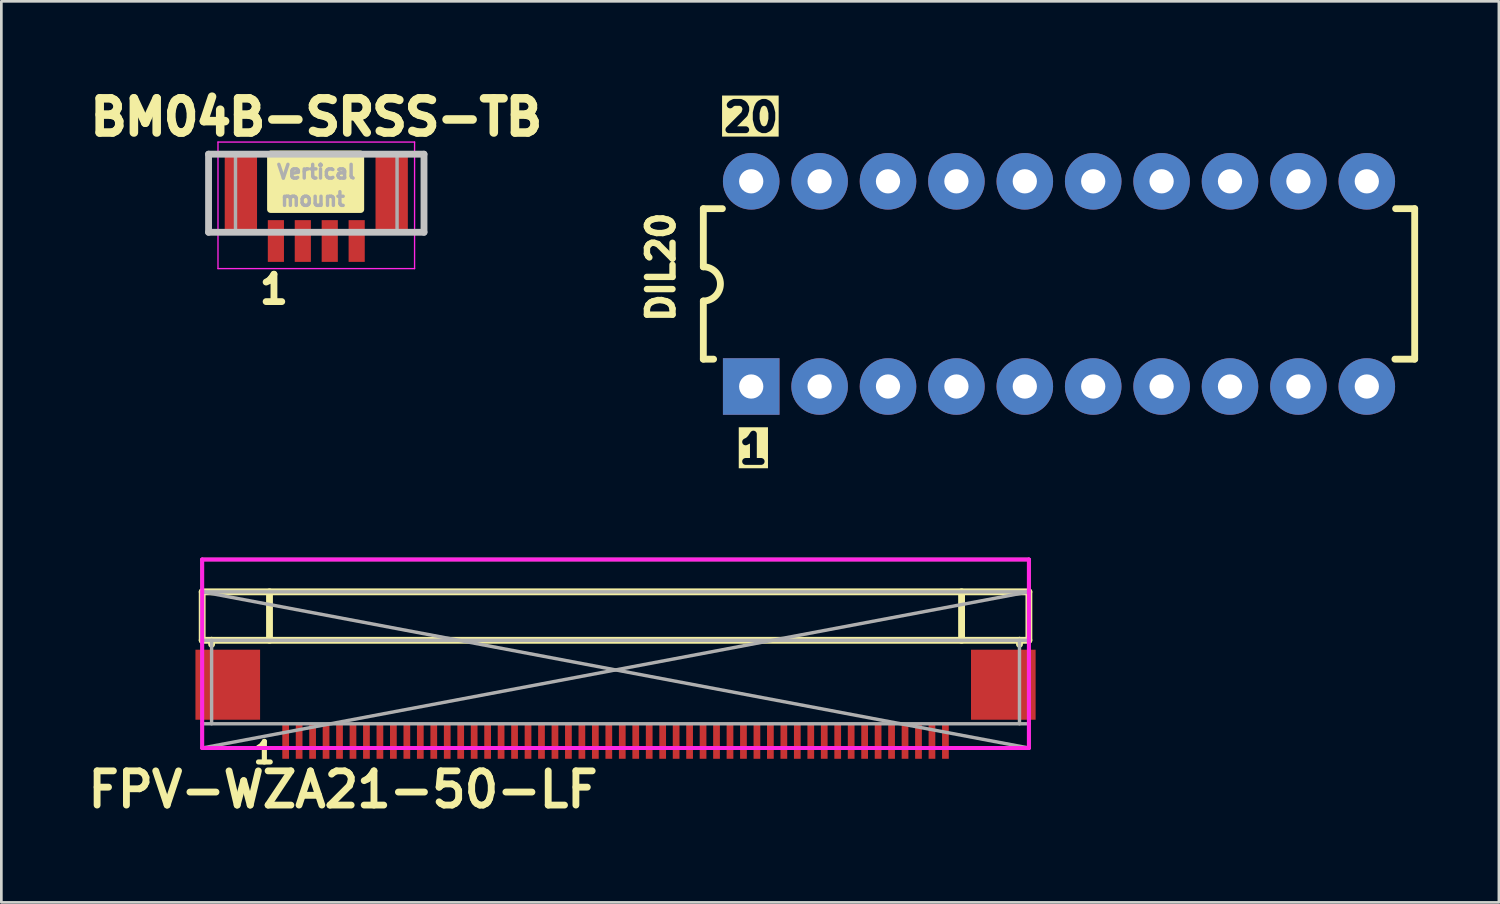
<source format=kicad_pcb>
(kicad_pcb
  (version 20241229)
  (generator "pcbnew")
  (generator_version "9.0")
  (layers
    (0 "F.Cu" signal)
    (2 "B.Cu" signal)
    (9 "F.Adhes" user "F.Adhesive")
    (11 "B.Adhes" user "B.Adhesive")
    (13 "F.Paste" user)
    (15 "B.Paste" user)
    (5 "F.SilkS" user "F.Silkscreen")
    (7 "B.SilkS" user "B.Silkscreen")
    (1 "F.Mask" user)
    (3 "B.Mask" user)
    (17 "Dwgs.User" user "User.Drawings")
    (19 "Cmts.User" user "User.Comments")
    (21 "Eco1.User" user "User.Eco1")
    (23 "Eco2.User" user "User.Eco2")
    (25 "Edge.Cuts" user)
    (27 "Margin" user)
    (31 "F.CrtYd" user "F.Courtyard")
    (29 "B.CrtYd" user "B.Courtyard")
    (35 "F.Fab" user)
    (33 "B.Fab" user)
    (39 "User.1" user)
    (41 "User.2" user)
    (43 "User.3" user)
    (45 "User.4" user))
  (footprint "FPV-WZA21-50-LF"
    (layer "F.Cu")
    (at 19.808 21.827)
    (property "Reference" "FPV-WZA21-50-LF" (at -10.12 4.445 0) (layer "F.SilkS") (effects (font (size 1.27 1.27) (thickness 0.254))))
    (attr smd)
    (fp_line (start -15.35 -4.1) (end 15.35 -4.1) (stroke (width 0.127) (type solid)) (layer "F.SilkS"))
    (fp_line (start -15.35 -2.9) (end -15.35 -4.1) (stroke (width 0.127) (type solid)) (layer "F.SilkS"))
    (fp_line (start -15.35 -2.9) (end -15.35 -1.1) (stroke (width 0.254) (type solid)) (layer "F.SilkS"))
    (fp_line (start -15.35 -2.9) (end 15.35 -2.9) (stroke (width 0.254) (type solid)) (layer "F.SilkS"))
    (fp_line (start -15.35 -1.1) (end -15 -1.1) (stroke (width 0.254) (type solid)) (layer "F.SilkS"))
    (fp_line (start -15 -1.1) (end -15 -0.95) (stroke (width 0.254) (type solid)) (layer "F.SilkS"))
    (fp_line (start -15 -1.1) (end 15 -1.1) (stroke (width 0.254) (type solid)) (layer "F.SilkS"))
    (fp_line (start -12.85 -2.9) (end -12.85 -1.1) (stroke (width 0.254) (type solid)) (layer "F.SilkS"))
    (fp_line (start 12.85 -2.9) (end 12.85 -1.1) (stroke (width 0.254) (type solid)) (layer "F.SilkS"))
    (fp_line (start 15 -1.1) (end 15 -0.95) (stroke (width 0.254) (type solid)) (layer "F.SilkS"))
    (fp_line (start 15.35 -4.1) (end 15.35 -2.9) (stroke (width 0.127) (type solid)) (layer "F.SilkS"))
    (fp_line (start 15.35 -2.9) (end 15.35 -1.1) (stroke (width 0.254) (type solid)) (layer "F.SilkS"))
    (fp_line (start 15.35 -1.1) (end 15 -1.1) (stroke (width 0.254) (type solid)) (layer "F.SilkS"))
    (fp_line (start -15.35 -4.1) (end 15.35 -4.1) (stroke (width 0.15) (type solid)) (layer "F.CrtYd"))
    (fp_line (start -15.35 2.9) (end -15.35 -4.1) (stroke (width 0.15) (type solid)) (layer "F.CrtYd"))
    (fp_line (start -15.35 2.9) (end 15.35 2.9) (stroke (width 0.15) (type solid)) (layer "F.CrtYd"))
    (fp_line (start 15.35 -4.1) (end 15.35 2.9) (stroke (width 0.15) (type solid)) (layer "F.CrtYd"))
    (fp_line (start -15.35 -2.9) (end 15.35 -2.9) (stroke (width 0.127) (type solid)) (layer "F.Fab"))
    (fp_line (start -15.35 -2.9) (end 15.35 2.9) (stroke (width 0.127) (type solid)) (layer "F.Fab"))
    (fp_line (start -15.35 -1.1) (end 15.35 -1.1) (stroke (width 0.127) (type solid)) (layer "F.Fab"))
    (fp_line (start -15.35 2) (end 15.35 2) (stroke (width 0.127) (type solid)) (layer "F.Fab"))
    (fp_line (start -15.35 2.9) (end -15.35 -2.9) (stroke (width 0.127) (type solid)) (layer "F.Fab"))
    (fp_line (start -15 -1.1) (end -15 2) (stroke (width 0.127) (type solid)) (layer "F.Fab"))
    (fp_line (start 15 -1.1) (end 15 2) (stroke (width 0.127) (type solid)) (layer "F.Fab"))
    (fp_line (start 15.35 -2.9) (end -15.35 2.9) (stroke (width 0.127) (type solid)) (layer "F.Fab"))
    (fp_line (start 15.35 -2.9) (end 15.35 2.9) (stroke (width 0.127) (type solid)) (layer "F.Fab"))
    (fp_line (start 15.35 2.9) (end -15.35 2.9) (stroke (width 0.127) (type solid)) (layer "F.Fab"))
    (fp_text user "1" (at -13.041 3.075 0) (layer "F.SilkS") (effects (font (size 0.762 0.762) (thickness 0.191))))
    (pad "0" smd rect (at -14.4 0.55 180) (size 2.4 2.6) (layers "F.Cu" "F.Mask" "F.Paste"))
    (pad "0" smd rect (at 14.4 0.55 180) (size 2.4 2.6) (layers "F.Cu" "F.Mask" "F.Paste"))
    (pad "1" smd rect (at -12.25 2.65 180) (size 0.25 1.3) (layers "F.Cu" "F.Mask" "F.Paste"))
    (pad "2" smd rect (at -11.75 2.65 180) (size 0.25 1.3) (layers "F.Cu" "F.Mask" "F.Paste"))
    (pad "3" smd rect (at -11.25 2.65 180) (size 0.25 1.3) (layers "F.Cu" "F.Mask" "F.Paste"))
    (pad "4" smd rect (at -10.75 2.65 180) (size 0.25 1.3) (layers "F.Cu" "F.Mask" "F.Paste"))
    (pad "5" smd rect (at -10.25 2.65 180) (size 0.25 1.3) (layers "F.Cu" "F.Mask" "F.Paste"))
    (pad "6" smd rect (at -9.75 2.65 180) (size 0.25 1.3) (layers "F.Cu" "F.Mask" "F.Paste"))
    (pad "7" smd rect (at -9.25 2.65 180) (size 0.25 1.3) (layers "F.Cu" "F.Mask" "F.Paste"))
    (pad "8" smd rect (at -8.75 2.65 180) (size 0.25 1.3) (layers "F.Cu" "F.Mask" "F.Paste"))
    (pad "9" smd rect (at -8.25 2.65 180) (size 0.25 1.3) (layers "F.Cu" "F.Mask" "F.Paste"))
    (pad "10" smd rect (at -7.75 2.65 180) (size 0.25 1.3) (layers "F.Cu" "F.Mask" "F.Paste"))
    (pad "11" smd rect (at -7.25 2.65 180) (size 0.25 1.3) (layers "F.Cu" "F.Mask" "F.Paste"))
    (pad "12" smd rect (at -6.75 2.65 180) (size 0.25 1.3) (layers "F.Cu" "F.Mask" "F.Paste"))
    (pad "13" smd rect (at -6.25 2.65 180) (size 0.25 1.3) (layers "F.Cu" "F.Mask" "F.Paste"))
    (pad "14" smd rect (at -5.75 2.65 180) (size 0.25 1.3) (layers "F.Cu" "F.Mask" "F.Paste"))
    (pad "15" smd rect (at -5.25 2.65 180) (size 0.25 1.3) (layers "F.Cu" "F.Mask" "F.Paste"))
    (pad "16" smd rect (at -4.75 2.65 180) (size 0.25 1.3) (layers "F.Cu" "F.Mask" "F.Paste"))
    (pad "17" smd rect (at -4.25 2.65 180) (size 0.25 1.3) (layers "F.Cu" "F.Mask" "F.Paste"))
    (pad "18" smd rect (at -3.75 2.65 180) (size 0.25 1.3) (layers "F.Cu" "F.Mask" "F.Paste"))
    (pad "19" smd rect (at -3.25 2.65 180) (size 0.25 1.3) (layers "F.Cu" "F.Mask" "F.Paste"))
    (pad "20" smd rect (at -2.75 2.65 180) (size 0.25 1.3) (layers "F.Cu" "F.Mask" "F.Paste"))
    (pad "21" smd rect (at -2.25 2.65 180) (size 0.25 1.3) (layers "F.Cu" "F.Mask" "F.Paste"))
    (pad "22" smd rect (at -1.75 2.65 180) (size 0.25 1.3) (layers "F.Cu" "F.Mask" "F.Paste"))
    (pad "23" smd rect (at -1.25 2.65 180) (size 0.25 1.3) (layers "F.Cu" "F.Mask" "F.Paste"))
    (pad "24" smd rect (at -0.75 2.65 180) (size 0.25 1.3) (layers "F.Cu" "F.Mask" "F.Paste"))
    (pad "25" smd rect (at -0.25 2.65 180) (size 0.25 1.3) (layers "F.Cu" "F.Mask" "F.Paste"))
    (pad "26" smd rect (at 0.25 2.65 180) (size 0.25 1.3) (layers "F.Cu" "F.Mask" "F.Paste"))
    (pad "27" smd rect (at 0.75 2.65 180) (size 0.25 1.3) (layers "F.Cu" "F.Mask" "F.Paste"))
    (pad "28" smd rect (at 1.25 2.65 180) (size 0.25 1.3) (layers "F.Cu" "F.Mask" "F.Paste"))
    (pad "29" smd rect (at 1.75 2.65 180) (size 0.25 1.3) (layers "F.Cu" "F.Mask" "F.Paste"))
    (pad "30" smd rect (at 2.25 2.65 180) (size 0.25 1.3) (layers "F.Cu" "F.Mask" "F.Paste"))
    (pad "31" smd rect (at 2.75 2.65 180) (size 0.25 1.3) (layers "F.Cu" "F.Mask" "F.Paste"))
    (pad "32" smd rect (at 3.25 2.65 180) (size 0.25 1.3) (layers "F.Cu" "F.Mask" "F.Paste"))
    (pad "33" smd rect (at 3.75 2.65 180) (size 0.25 1.3) (layers "F.Cu" "F.Mask" "F.Paste"))
    (pad "34" smd rect (at 4.25 2.65 180) (size 0.25 1.3) (layers "F.Cu" "F.Mask" "F.Paste"))
    (pad "35" smd rect (at 4.75 2.65 180) (size 0.25 1.3) (layers "F.Cu" "F.Mask" "F.Paste"))
    (pad "36" smd rect (at 5.25 2.65 180) (size 0.25 1.3) (layers "F.Cu" "F.Mask" "F.Paste"))
    (pad "37" smd rect (at 5.75 2.65 180) (size 0.25 1.3) (layers "F.Cu" "F.Mask" "F.Paste"))
    (pad "38" smd rect (at 6.25 2.65 180) (size 0.25 1.3) (layers "F.Cu" "F.Mask" "F.Paste"))
    (pad "39" smd rect (at 6.75 2.65 180) (size 0.25 1.3) (layers "F.Cu" "F.Mask" "F.Paste"))
    (pad "40" smd rect (at 7.25 2.65 180) (size 0.25 1.3) (layers "F.Cu" "F.Mask" "F.Paste"))
    (pad "41" smd rect (at 7.75 2.65 180) (size 0.25 1.3) (layers "F.Cu" "F.Mask" "F.Paste"))
    (pad "42" smd rect (at 8.25 2.65 180) (size 0.25 1.3) (layers "F.Cu" "F.Mask" "F.Paste"))
    (pad "43" smd rect (at 8.75 2.65 180) (size 0.25 1.3) (layers "F.Cu" "F.Mask" "F.Paste"))
    (pad "44" smd rect (at 9.25 2.65 180) (size 0.25 1.3) (layers "F.Cu" "F.Mask" "F.Paste"))
    (pad "45" smd rect (at 9.75 2.65 180) (size 0.25 1.3) (layers "F.Cu" "F.Mask" "F.Paste"))
    (pad "46" smd rect (at 10.25 2.65 180) (size 0.25 1.3) (layers "F.Cu" "F.Mask" "F.Paste"))
    (pad "47" smd rect (at 10.75 2.65 180) (size 0.25 1.3) (layers "F.Cu" "F.Mask" "F.Paste"))
    (pad "48" smd rect (at 11.25 2.65 180) (size 0.25 1.3) (layers "F.Cu" "F.Mask" "F.Paste"))
    (pad "49" smd rect (at 11.75 2.65 180) (size 0.25 1.3) (layers "F.Cu" "F.Mask" "F.Paste"))
    (pad "50" smd rect (at 12.25 2.65 180) (size 0.25 1.3) (layers "F.Cu" "F.Mask" "F.Paste")))
  (footprint "DIL20"
    (layer "F.Cu")
    (at 36.276 7.493)
    (property "Reference" "DIL20" (at -14.224 1.524 270) (layer "F.SilkS") (effects (font (size 0.95 0.95) (thickness 0.237)) (justify left bottom)))
    (fp_line (start -13.208 -2.794) (end -13.208 -0.635) (stroke (width 0.254) (type solid)) (layer "F.SilkS"))
    (fp_line (start -13.208 -2.794) (end -12.5 -2.794) (stroke (width 0.254) (type solid)) (layer "F.SilkS"))
    (fp_line (start -13.208 0.635) (end -13.208 2.794) (stroke (width 0.254) (type solid)) (layer "F.SilkS"))
    (fp_line (start -13.208 2.794) (end -12.827 2.794) (stroke (width 0.254) (type solid)) (layer "F.SilkS"))
    (fp_line (start 12.473 2.794) (end 13.208 2.794) (stroke (width 0.254) (type solid)) (layer "F.SilkS"))
    (fp_line (start 12.5 -2.794) (end 13.208 -2.794) (stroke (width 0.254) (type solid)) (layer "F.SilkS"))
    (fp_line (start 13.208 2.794) (end 13.208 -2.794) (stroke (width 0.254) (type solid)) (layer "F.SilkS"))
    (fp_arc (start -13.208 -0.635) (mid -12.573 0) (end -13.208 0.635) (stroke (width 0.254) (type solid)) (layer "F.SilkS"))
    (fp_text user "1" (at -12 6.73 0) (unlocked yes) (layer "F.SilkS" knockout) (effects (font (size 1.016 1.016) (thickness 0.254) (bold yes)) (justify left bottom)))
    (fp_text user "20" (at -12.573 -5.588 0) (unlocked yes) (layer "F.SilkS" knockout) (effects (font (size 1.016 1.016) (thickness 0.254) (bold yes)) (justify left bottom)))
    (pad "1" thru_hole rect (at -11.43 3.81) (size 2.1 2.1) (drill 0.9) (layers "*.Cu" "*.Mask"))
    (pad "2" thru_hole circle (at -8.89 3.81) (size 2.1 2.1) (drill 0.9) (layers "*.Cu" "*.Mask"))
    (pad "3" thru_hole circle (at -6.35 3.81) (size 2.1 2.1) (drill 0.9) (layers "*.Cu" "*.Mask"))
    (pad "4" thru_hole circle (at -3.81 3.81) (size 2.1 2.1) (drill 0.9) (layers "*.Cu" "*.Mask"))
    (pad "5" thru_hole circle (at -1.27 3.81) (size 2.1 2.1) (drill 0.9) (layers "*.Cu" "*.Mask"))
    (pad "6" thru_hole circle (at 1.27 3.81) (size 2.1 2.1) (drill 0.9) (layers "*.Cu" "*.Mask"))
    (pad "7" thru_hole circle (at 3.81 3.81) (size 2.1 2.1) (drill 0.9) (layers "*.Cu" "*.Mask"))
    (pad "8" thru_hole circle (at 6.35 3.81) (size 2.1 2.1) (drill 0.9) (layers "*.Cu" "*.Mask"))
    (pad "9" thru_hole circle (at 8.89 3.81) (size 2.1 2.1) (drill 0.9) (layers "*.Cu" "*.Mask"))
    (pad "10" thru_hole circle (at 11.43 3.81) (size 2.1 2.1) (drill 0.9) (layers "*.Cu" "*.Mask"))
    (pad "11" thru_hole circle (at 11.43 -3.81) (size 2.1 2.1) (drill 0.9) (layers "*.Cu" "*.Mask"))
    (pad "12" thru_hole circle (at 8.89 -3.81) (size 2.1 2.1) (drill 0.9) (layers "*.Cu" "*.Mask"))
    (pad "13" thru_hole circle (at 6.35 -3.81) (size 2.1 2.1) (drill 0.9) (layers "*.Cu" "*.Mask"))
    (pad "14" thru_hole circle (at 3.81 -3.81) (size 2.1 2.1) (drill 0.9) (layers "*.Cu" "*.Mask"))
    (pad "15" thru_hole circle (at 1.27 -3.81) (size 2.1 2.1) (drill 0.9) (layers "*.Cu" "*.Mask"))
    (pad "16" thru_hole circle (at -1.27 -3.81) (size 2.1 2.1) (drill 0.9) (layers "*.Cu" "*.Mask"))
    (pad "17" thru_hole circle (at -3.81 -3.81) (size 2.1 2.1) (drill 0.9) (layers "*.Cu" "*.Mask"))
    (pad "18" thru_hole circle (at -6.35 -3.81) (size 2.1 2.1) (drill 0.9) (layers "*.Cu" "*.Mask"))
    (pad "19" thru_hole circle (at -8.89 -3.81) (size 2.1 2.1) (drill 0.9) (layers "*.Cu" "*.Mask"))
    (pad "20" thru_hole circle (at -11.43 -3.81) (size 2.1 2.1) (drill 0.9) (layers "*.Cu" "*.Mask")))
  (footprint "BM04B-SRSS-TB"
    (layer "F.Cu")
    (at 8.695 4.475)
    (property "Reference" "BM04B-SRSS-TB" (at 0 -3.175 0) (layer "F.SilkS") (effects (font (size 1.27 1.27) (thickness 0.318) (bold yes))))
    (attr smd)
    (fp_line (start -1.699 -1.8) (end 1.651 -1.8) (stroke (width 0.254) (type solid)) (layer "F.SilkS"))
    (fp_poly (pts (xy -1.699 -1.8) (xy -1.699 0.254) (xy 1.651 0.254) (xy 1.651 -1.8)) (stroke (width 0.254) (type solid)) (fill yes) (layer "F.SilkS"))
    (fp_line (start -4 -1.8) (end -4 1.1) (stroke (width 0.254) (type solid)) (layer "Dwgs.User"))
    (fp_line (start -4 1.1) (end 4 1.1) (stroke (width 0.254) (type solid)) (layer "Dwgs.User"))
    (fp_line (start 4 -1.8) (end -4 -1.8) (stroke (width 0.254) (type solid)) (layer "Dwgs.User"))
    (fp_line (start 4 1.1) (end 4 -1.8) (stroke (width 0.254) (type solid)) (layer "Dwgs.User"))
    (fp_line (start -3.65 -2.25) (end -3.65 2.45) (stroke (width 0.05) (type solid)) (layer "F.CrtYd"))
    (fp_line (start -3.65 2.45) (end 3.65 2.45) (stroke (width 0.05) (type solid)) (layer "F.CrtYd"))
    (fp_line (start 3.65 -2.25) (end -3.65 -2.25) (stroke (width 0.05) (type solid)) (layer "F.CrtYd"))
    (fp_line (start 3.65 2.45) (end 3.65 -2.25) (stroke (width 0.05) (type solid)) (layer "F.CrtYd"))
    (fp_line (start -3 -1.8) (end 3 -1.8) (stroke (width 0.127) (type solid)) (layer "F.Fab"))
    (fp_line (start -3 1.1) (end -3 -1.8) (stroke (width 0.127) (type solid)) (layer "F.Fab"))
    (fp_line (start 3 -1.8) (end 3 1.1) (stroke (width 0.127) (type solid)) (layer "F.Fab"))
    (fp_line (start 3 1.1) (end -3 1.1) (stroke (width 0.127) (type solid)) (layer "F.Fab"))
    (fp_text user "1" (at -1.572 3.218 0) (layer "F.SilkS") (effects (font (size 1.016 1.016) (thickness 0.254))))
    (fp_text user "Vertical" (at 0 -1.143 0) (layer "F.Fab") (effects (font (size 0.508 0.508) (thickness 0.127))))
    (fp_text user "mount" (at -0.127 -0.127 0) (layer "F.Fab") (effects (font (size 0.508 0.508) (thickness 0.127))))
    (pad "0" smd rect (at -2.8 -0.35) (size 1.2 3.1) (layers "F.Cu" "F.Mask" "F.Paste"))
    (pad "0" smd rect (at 2.8 -0.35) (size 1.2 3.1) (layers "F.Cu" "F.Mask" "F.Paste"))
    (pad "1" smd rect (at -1.5 1.425) (size 0.6 1.55) (layers "F.Cu" "F.Mask" "F.Paste"))
    (pad "2" smd rect (at -0.5 1.425) (size 0.6 1.55) (layers "F.Cu" "F.Mask" "F.Paste"))
    (pad "3" smd rect (at 0.5 1.425) (size 0.6 1.55) (layers "F.Cu" "F.Mask" "F.Paste"))
    (pad "4" smd rect (at 1.5 1.425) (size 0.6 1.55) (layers "F.Cu" "F.Mask" "F.Paste")))
  (gr_rect
    (start -3 -3)
    (end 52.611 30.461)
    (stroke (width 0.1) (type default))
    (fill no)
    (layer "Edge.Cuts")))
</source>
